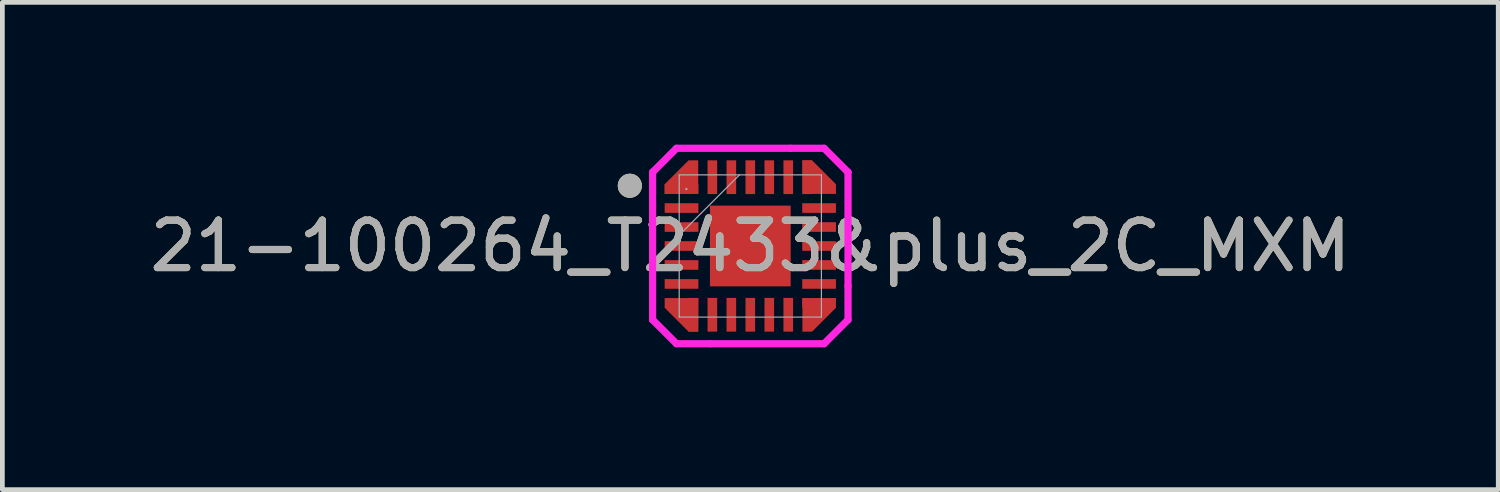
<source format=kicad_pcb>
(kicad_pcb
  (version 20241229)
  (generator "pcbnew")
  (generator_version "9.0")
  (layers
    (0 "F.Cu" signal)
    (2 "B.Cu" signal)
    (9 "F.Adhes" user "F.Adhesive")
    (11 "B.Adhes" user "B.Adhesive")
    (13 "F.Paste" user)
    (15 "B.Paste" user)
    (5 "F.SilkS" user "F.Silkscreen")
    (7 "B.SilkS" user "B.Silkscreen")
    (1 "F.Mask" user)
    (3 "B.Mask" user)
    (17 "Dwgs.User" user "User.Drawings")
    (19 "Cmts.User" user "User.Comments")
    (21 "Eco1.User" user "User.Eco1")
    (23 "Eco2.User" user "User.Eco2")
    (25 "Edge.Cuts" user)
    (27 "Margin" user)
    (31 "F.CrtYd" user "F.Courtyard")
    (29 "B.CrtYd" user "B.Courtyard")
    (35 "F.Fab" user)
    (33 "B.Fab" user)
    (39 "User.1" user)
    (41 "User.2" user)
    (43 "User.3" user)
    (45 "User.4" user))
  (footprint "21-100264_T2433&plus_2C_MXM"
    (layer "F.Cu")
    (at 12.768 2.136)
    (property "Reference" "21-100264_T2433&plus_2C_MXM" (at 0 0 0) (unlocked yes) (layer "F.SilkS") (effects (font (size 1 1) (thickness 0.15))))
    (attr smd)
    (fp_poly (pts (xy -1.806 1.098) (xy -1.094 1.098) (xy -1.098 1.806) (xy -1.302 1.806) (xy -1.806 1.302)) (stroke (width 0) (type solid)) (fill yes) (layer "F.Cu"))
    (fp_poly (pts (xy -1.098 -1.806) (xy -1.098 -1.098) (xy -1.806 -1.098) (xy -1.806 -1.302) (xy -1.302 -1.806)) (stroke (width 0) (type solid)) (fill yes) (layer "F.Cu"))
    (fp_poly (pts (xy 1.098 -1.806) (xy 1.099 -1.098) (xy 1.806 -1.098) (xy 1.806 -1.302) (xy 1.302 -1.806)) (stroke (width 0) (type solid)) (fill yes) (layer "F.Cu"))
    (fp_poly (pts (xy 1.098 1.806) (xy 1.099 1.099) (xy 1.806 1.098) (xy 1.806 1.302) (xy 1.302 1.806)) (stroke (width 0) (type solid)) (fill yes) (layer "F.Cu"))
    (fp_poly (pts (xy -1.806 1.098) (xy -1.094 1.098) (xy -1.098 1.806) (xy -1.302 1.806) (xy -1.806 1.302)) (stroke (width 0) (type solid)) (fill yes) (layer "F.Mask"))
    (fp_poly (pts (xy -1.098 -1.806) (xy -1.098 -1.098) (xy -1.806 -1.098) (xy -1.806 -1.302) (xy -1.302 -1.806)) (stroke (width 0) (type solid)) (fill yes) (layer "F.Mask"))
    (fp_poly (pts (xy 1.098 -1.806) (xy 1.099 -1.098) (xy 1.806 -1.098) (xy 1.806 -1.302) (xy 1.302 -1.806)) (stroke (width 0) (type solid)) (fill yes) (layer "F.Mask"))
    (fp_poly (pts (xy 1.098 1.806) (xy 1.099 1.099) (xy 1.806 1.098) (xy 1.806 1.302) (xy 1.302 1.806)) (stroke (width 0) (type solid)) (fill yes) (layer "F.Mask"))
    (fp_circle (center -2.54 -1.27) (end -2.413 -1.27) (stroke (width 0.254) (type solid)) (fill no) (layer "F.SilkS"))
    (fp_poly (pts (xy -1.806 1.098) (xy -1.094 1.098) (xy -1.098 1.806) (xy -1.302 1.806) (xy -1.806 1.302)) (stroke (width 0) (type solid)) (fill yes) (layer "F.Paste"))
    (fp_poly (pts (xy -1.098 -1.806) (xy -1.098 -1.098) (xy -1.806 -1.098) (xy -1.806 -1.302) (xy -1.302 -1.806)) (stroke (width 0) (type solid)) (fill yes) (layer "F.Paste"))
    (fp_poly (pts (xy 1.098 -1.806) (xy 1.099 -1.098) (xy 1.806 -1.098) (xy 1.806 -1.302) (xy 1.302 -1.806)) (stroke (width 0) (type solid)) (fill yes) (layer "F.Paste"))
    (fp_poly (pts (xy 1.098 1.806) (xy 1.099 1.099) (xy 1.806 1.098) (xy 1.806 1.302) (xy 1.302 1.806)) (stroke (width 0) (type solid)) (fill yes) (layer "F.Paste"))
    (fp_line (start -2.06 -1.556) (end -2.06 -0.844) (stroke (width 0.152) (type solid)) (layer "F.CrtYd"))
    (fp_line (start -2.06 -0.844) (end -2.06 1.556) (stroke (width 0.152) (type solid)) (layer "F.CrtYd"))
    (fp_line (start -2.06 1.556) (end -1.556 2.06) (stroke (width 0.152) (type solid)) (layer "F.CrtYd"))
    (fp_line (start -1.556 -2.06) (end -2.06 -1.556) (stroke (width 0.152) (type solid)) (layer "F.CrtYd"))
    (fp_line (start -1.556 2.06) (end -0.844 2.06) (stroke (width 0.152) (type solid)) (layer "F.CrtYd"))
    (fp_line (start -0.851 2.06) (end 1.556 2.06) (stroke (width 0.152) (type solid)) (layer "F.CrtYd"))
    (fp_line (start 0.844 -2.06) (end -1.556 -2.06) (stroke (width 0.152) (type solid)) (layer "F.CrtYd"))
    (fp_line (start 1.556 -2.06) (end 0.844 -2.06) (stroke (width 0.152) (type solid)) (layer "F.CrtYd"))
    (fp_line (start 1.556 2.06) (end 2.06 1.556) (stroke (width 0.152) (type solid)) (layer "F.CrtYd"))
    (fp_line (start 2.06 -1.556) (end 1.556 -2.06) (stroke (width 0.152) (type solid)) (layer "F.CrtYd"))
    (fp_line (start 2.06 0.844) (end 2.06 -1.556) (stroke (width 0.152) (type solid)) (layer "F.CrtYd"))
    (fp_line (start 2.06 1.556) (end 2.06 0.844) (stroke (width 0.152) (type solid)) (layer "F.CrtYd"))
    (fp_line (start -1.499 -1.499) (end -1.499 1.499) (stroke (width 0.025) (type solid)) (layer "F.Fab"))
    (fp_line (start -1.499 -0.229) (end -0.229 -1.499) (stroke (width 0.025) (type solid)) (layer "F.Fab"))
    (fp_line (start -1.499 1.499) (end 1.499 1.499) (stroke (width 0.025) (type solid)) (layer "F.Fab"))
    (fp_line (start 1.499 -1.499) (end -1.499 -1.499) (stroke (width 0.025) (type solid)) (layer "F.Fab"))
    (fp_line (start 1.499 1.499) (end 1.499 -1.499) (stroke (width 0.025) (type solid)) (layer "F.Fab"))
    (fp_circle (center -2.54 -1.27) (end -2.413 -1.27) (stroke (width 0.254) (type solid)) (fill no) (layer "F.Fab"))
    (fp_circle (center -1.348 -1.2) (end -1.348 -1.2) (stroke (width 0.025) (type solid)) (fill no) (layer "F.Fab"))
    (fp_text user "${REFERENCE}" (at 0 0 0) (unlocked yes) (layer "F.Fab") (effects (font (size 1 1) (thickness 0.15))))
    (pad "1" smd rect (at -1.45 -1.2) (size 0.711 0.203) (layers "F.Cu" "F.Mask" "F.Paste"))
    (pad "2" smd rect (at -1.45 -0.8) (size 0.711 0.203) (layers "F.Cu" "F.Mask" "F.Paste"))
    (pad "3" smd rect (at -1.45 -0.4) (size 0.711 0.203) (layers "F.Cu" "F.Mask" "F.Paste"))
    (pad "4" smd rect (at -1.45 0) (size 0.711 0.203) (layers "F.Cu" "F.Mask" "F.Paste"))
    (pad "5" smd rect (at -1.45 0.4) (size 0.711 0.203) (layers "F.Cu" "F.Mask" "F.Paste"))
    (pad "6" smd rect (at -1.45 0.8) (size 0.711 0.203) (layers "F.Cu" "F.Mask" "F.Paste"))
    (pad "7" smd rect (at -1.2 1.45 90) (size 0.711 0.203) (layers "F.Cu" "F.Mask" "F.Paste"))
    (pad "8" smd rect (at -0.8 1.45 90) (size 0.711 0.203) (layers "F.Cu" "F.Mask" "F.Paste"))
    (pad "9" smd rect (at -0.4 1.45 90) (size 0.711 0.203) (layers "F.Cu" "F.Mask" "F.Paste"))
    (pad "10" smd rect (at 0 1.45 90) (size 0.711 0.203) (layers "F.Cu" "F.Mask" "F.Paste"))
    (pad "11" smd rect (at 0.4 1.45 90) (size 0.711 0.203) (layers "F.Cu" "F.Mask" "F.Paste"))
    (pad "12" smd rect (at 0.8 1.45 90) (size 0.711 0.203) (layers "F.Cu" "F.Mask" "F.Paste"))
    (pad "13" smd rect (at 1.45 1.2) (size 0.711 0.203) (layers "F.Cu" "F.Mask" "F.Paste"))
    (pad "14" smd rect (at 1.45 0.8) (size 0.711 0.203) (layers "F.Cu" "F.Mask" "F.Paste"))
    (pad "15" smd rect (at 1.45 0.4) (size 0.711 0.203) (layers "F.Cu" "F.Mask" "F.Paste"))
    (pad "16" smd rect (at 1.45 0) (size 0.711 0.203) (layers "F.Cu" "F.Mask" "F.Paste"))
    (pad "17" smd rect (at 1.45 -0.4) (size 0.711 0.203) (layers "F.Cu" "F.Mask" "F.Paste"))
    (pad "18" smd rect (at 1.45 -0.8) (size 0.711 0.203) (layers "F.Cu" "F.Mask" "F.Paste"))
    (pad "19" smd rect (at 1.2 -1.45 90) (size 0.711 0.203) (layers "F.Cu" "F.Mask" "F.Paste"))
    (pad "20" smd rect (at 0.8 -1.45 90) (size 0.711 0.203) (layers "F.Cu" "F.Mask" "F.Paste"))
    (pad "21" smd rect (at 0.4 -1.45 90) (size 0.711 0.203) (layers "F.Cu" "F.Mask" "F.Paste"))
    (pad "22" smd rect (at 0 -1.45 90) (size 0.711 0.203) (layers "F.Cu" "F.Mask" "F.Paste"))
    (pad "23" smd rect (at -0.4 -1.45 90) (size 0.711 0.203) (layers "F.Cu" "F.Mask" "F.Paste"))
    (pad "24" smd rect (at -0.8 -1.45 90) (size 0.711 0.203) (layers "F.Cu" "F.Mask" "F.Paste"))
    (pad "25" smd rect (at 0 0) (size 1.702 1.702) (layers "F.Cu" "F.Mask" "F.Paste")))
  (gr_rect
    (start -3 -3)
    (end 28.536 7.272)
    (stroke (width 0.1) (type default))
    (fill no)
    (layer "Edge.Cuts")))
</source>
